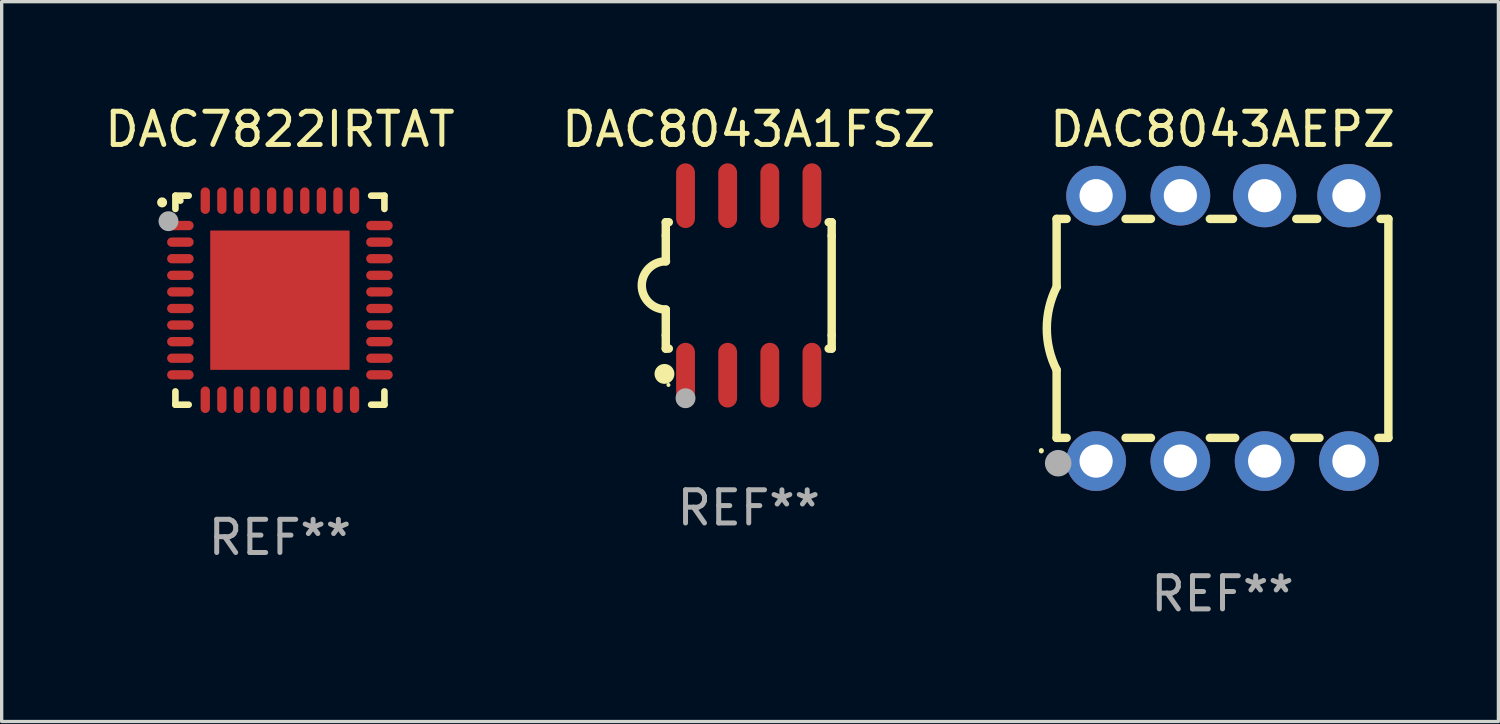
<source format=kicad_pcb>
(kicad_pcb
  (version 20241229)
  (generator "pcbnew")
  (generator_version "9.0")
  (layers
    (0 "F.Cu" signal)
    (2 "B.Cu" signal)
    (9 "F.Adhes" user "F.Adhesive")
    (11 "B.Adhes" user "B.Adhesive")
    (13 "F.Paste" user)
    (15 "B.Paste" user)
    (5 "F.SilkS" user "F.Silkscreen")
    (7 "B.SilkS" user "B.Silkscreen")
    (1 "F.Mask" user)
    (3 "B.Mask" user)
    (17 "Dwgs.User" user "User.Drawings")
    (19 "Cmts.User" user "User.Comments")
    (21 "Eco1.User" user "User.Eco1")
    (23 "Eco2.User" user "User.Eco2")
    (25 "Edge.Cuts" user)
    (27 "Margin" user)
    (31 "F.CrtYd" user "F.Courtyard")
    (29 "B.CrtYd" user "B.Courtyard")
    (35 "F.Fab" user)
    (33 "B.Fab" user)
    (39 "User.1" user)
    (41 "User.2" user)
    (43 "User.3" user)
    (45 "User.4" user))
  (footprint "DAC8043AEPZ"
    (layer "F.Cu")
    (at 33.798 6.848)
    (property "Reference" "DAC8043AEPZ" (at 0 -6 0) (layer "F.SilkS") (effects (font (size 1 1) (thickness 0.15))))
    (attr through_hole)
    (fp_line (start -5 -3.3) (end -5 -1.25) (stroke (width 0.254) (type solid)) (layer "F.SilkS"))
    (fp_line (start -5 -3.3) (end -4.698 -3.3) (stroke (width 0.254) (type solid)) (layer "F.SilkS"))
    (fp_line (start -5 3.3) (end -5 1.25) (stroke (width 0.254) (type solid)) (layer "F.SilkS"))
    (fp_line (start -5 3.3) (end -4.698 3.3) (stroke (width 0.254) (type solid)) (layer "F.SilkS"))
    (fp_line (start -2.922 -3.3) (end -2.158 -3.3) (stroke (width 0.254) (type solid)) (layer "F.SilkS"))
    (fp_line (start -2.922 3.3) (end -2.158 3.3) (stroke (width 0.254) (type solid)) (layer "F.SilkS"))
    (fp_line (start -0.382 -3.3) (end 0.316 -3.3) (stroke (width 0.254) (type solid)) (layer "F.SilkS"))
    (fp_line (start -0.382 3.3) (end 0.382 3.3) (stroke (width 0.254) (type solid)) (layer "F.SilkS"))
    (fp_line (start 2.158 3.3) (end 2.922 3.3) (stroke (width 0.254) (type solid)) (layer "F.SilkS"))
    (fp_line (start 2.224 -3.3) (end 2.856 -3.3) (stroke (width 0.254) (type solid)) (layer "F.SilkS"))
    (fp_line (start 4.698 3.3) (end 5 3.3) (stroke (width 0.254) (type solid)) (layer "F.SilkS"))
    (fp_line (start 4.764 -3.3) (end 5 -3.3) (stroke (width 0.254) (type solid)) (layer "F.SilkS"))
    (fp_line (start 5 -3.3) (end 5 3.3) (stroke (width 0.254) (type solid)) (layer "F.SilkS"))
    (fp_arc (start -5.46124 3.694259) (mid -5.461175 3.688632) (end -5.460986 3.683007) (stroke (width 0.149987) (type solid)) (layer "F.SilkS"))
    (fp_arc (start -5.00127 1.249682) (mid -5.295892 -0.000313) (end -5.000025 -1.250013) (stroke (width 0.254001) (type solid)) (layer "F.SilkS"))
    (fp_circle (center -4.795 4.237) (end -4.765 4.237) (stroke (width 0.06) (type solid)) (fill no) (layer "F.SilkS"))
    (fp_circle (center -4.953 4.064) (end -4.753 4.064) (stroke (width 0.4) (type solid)) (fill no) (layer "F.Fab"))
    (fp_text user "REF**" (at 0 8 0) (layer "F.Fab") (effects (font (size 1 1) (thickness 0.15))))
    (pad "1" thru_hole circle (at -3.81 4) (size 1.8 1.8) (drill 1) (layers "*.Cu" "*.Mask"))
    (pad "2" thru_hole circle (at -1.27 4) (size 1.8 1.8) (drill 1) (layers "*.Cu" "*.Mask"))
    (pad "3" thru_hole circle (at 1.27 4) (size 1.8 1.8) (drill 1) (layers "*.Cu" "*.Mask"))
    (pad "4" thru_hole circle (at 3.81 4) (size 1.8 1.8) (drill 1) (layers "*.Cu" "*.Mask"))
    (pad "5" thru_hole circle (at 3.81 -4) (size 1.905 1.905) (drill 1) (layers "*.Cu" "*.Mask"))
    (pad "6" thru_hole circle (at 1.27 -4) (size 1.905 1.905) (drill 1) (layers "*.Cu" "*.Mask"))
    (pad "7" thru_hole circle (at -1.27 -4) (size 1.8 1.8) (drill 1) (layers "*.Cu" "*.Mask"))
    (pad "8" thru_hole circle (at -3.81 -4) (size 1.8 1.8) (drill 1) (layers "*.Cu" "*.Mask")))
  (footprint "DAC7822IRTAT"
    (layer "F.Cu")
    (at 5.387 5.998)
    (property "Reference" "DAC7822IRTAT" (at 0 -5.15 0) (layer "F.SilkS") (effects (font (size 1 1) (thickness 0.15))))
    (attr through_hole)
    (fp_line (start -3.15 -3.15) (end -2.75 -3.15) (stroke (width 0.2) (type solid)) (layer "F.SilkS"))
    (fp_line (start -3.15 -2.75) (end -3.15 -3.15) (stroke (width 0.2) (type solid)) (layer "F.SilkS"))
    (fp_line (start -3.15 3.15) (end -3.15 2.75) (stroke (width 0.2) (type solid)) (layer "F.SilkS"))
    (fp_line (start -2.75 3.15) (end -3.15 3.15) (stroke (width 0.2) (type solid)) (layer "F.SilkS"))
    (fp_line (start 2.75 -3.15) (end 3.15 -3.15) (stroke (width 0.2) (type solid)) (layer "F.SilkS"))
    (fp_line (start 2.75 3.15) (end 3.15 3.15) (stroke (width 0.2) (type solid)) (layer "F.SilkS"))
    (fp_line (start 3.15 -3.15) (end 3.15 -2.75) (stroke (width 0.2) (type solid)) (layer "F.SilkS"))
    (fp_line (start 3.15 3.15) (end 3.15 2.75) (stroke (width 0.2) (type solid)) (layer "F.SilkS"))
    (fp_arc (start -3.550927 -2.946406) (mid -3.550932 -2.947676) (end -3.550927 -2.948946) (stroke (width 0.3) (type solid)) (layer "F.SilkS"))
    (fp_circle (center -3 -3) (end -2.95 -3) (stroke (width 0.1) (type solid)) (fill no) (layer "F.SilkS"))
    (fp_circle (center -3.359 -2.381) (end -3.209 -2.381) (stroke (width 0.3) (type solid)) (fill no) (layer "F.Fab"))
    (fp_text user "REF**" (at 0 7.15 0) (layer "F.Fab") (effects (font (size 1 1) (thickness 0.15))))
    (pad "1" smd oval (at -3 -2.25 90) (size 0.28 0.8) (layers "F.Cu" "F.Mask" "F.Paste"))
    (pad "2" smd oval (at -3 -1.75 90) (size 0.28 0.8) (layers "F.Cu" "F.Mask" "F.Paste"))
    (pad "3" smd oval (at -3 -1.25 90) (size 0.28 0.8) (layers "F.Cu" "F.Mask" "F.Paste"))
    (pad "4" smd oval (at -3 -0.75 90) (size 0.28 0.8) (layers "F.Cu" "F.Mask" "F.Paste"))
    (pad "5" smd oval (at -3 -0.25 90) (size 0.28 0.8) (layers "F.Cu" "F.Mask" "F.Paste"))
    (pad "6" smd oval (at -3 0.25 90) (size 0.28 0.8) (layers "F.Cu" "F.Mask" "F.Paste"))
    (pad "7" smd oval (at -3 0.75 90) (size 0.28 0.8) (layers "F.Cu" "F.Mask" "F.Paste"))
    (pad "8" smd oval (at -3 1.25 90) (size 0.28 0.8) (layers "F.Cu" "F.Mask" "F.Paste"))
    (pad "9" smd oval (at -3 1.75 90) (size 0.28 0.8) (layers "F.Cu" "F.Mask" "F.Paste"))
    (pad "10" smd oval (at -3 2.25 90) (size 0.28 0.8) (layers "F.Cu" "F.Mask" "F.Paste"))
    (pad "11" smd oval (at -2.25 3) (size 0.28 0.8) (layers "F.Cu" "F.Mask" "F.Paste"))
    (pad "12" smd oval (at -1.75 3) (size 0.28 0.8) (layers "F.Cu" "F.Mask" "F.Paste"))
    (pad "13" smd oval (at -1.25 3) (size 0.28 0.8) (layers "F.Cu" "F.Mask" "F.Paste"))
    (pad "14" smd oval (at -0.75 3) (size 0.28 0.8) (layers "F.Cu" "F.Mask" "F.Paste"))
    (pad "15" smd oval (at -0.25 3) (size 0.28 0.8) (layers "F.Cu" "F.Mask" "F.Paste"))
    (pad "16" smd oval (at 0.25 3) (size 0.28 0.8) (layers "F.Cu" "F.Mask" "F.Paste"))
    (pad "17" smd oval (at 0.75 3) (size 0.28 0.8) (layers "F.Cu" "F.Mask" "F.Paste"))
    (pad "18" smd oval (at 1.25 3) (size 0.28 0.8) (layers "F.Cu" "F.Mask" "F.Paste"))
    (pad "19" smd oval (at 1.75 3) (size 0.28 0.8) (layers "F.Cu" "F.Mask" "F.Paste"))
    (pad "20" smd oval (at 2.25 3) (size 0.28 0.8) (layers "F.Cu" "F.Mask" "F.Paste"))
    (pad "21" smd oval (at 3 2.25 90) (size 0.28 0.8) (layers "F.Cu" "F.Mask" "F.Paste"))
    (pad "22" smd oval (at 3 1.75 90) (size 0.28 0.8) (layers "F.Cu" "F.Mask" "F.Paste"))
    (pad "23" smd oval (at 3 1.25 90) (size 0.28 0.8) (layers "F.Cu" "F.Mask" "F.Paste"))
    (pad "24" smd oval (at 3 0.75 90) (size 0.28 0.8) (layers "F.Cu" "F.Mask" "F.Paste"))
    (pad "25" smd oval (at 3 0.25 90) (size 0.28 0.8) (layers "F.Cu" "F.Mask" "F.Paste"))
    (pad "26" smd oval (at 3 -0.25 90) (size 0.28 0.8) (layers "F.Cu" "F.Mask" "F.Paste"))
    (pad "27" smd oval (at 3 -0.75 90) (size 0.28 0.8) (layers "F.Cu" "F.Mask" "F.Paste"))
    (pad "28" smd oval (at 3 -1.25 90) (size 0.28 0.8) (layers "F.Cu" "F.Mask" "F.Paste"))
    (pad "29" smd oval (at 3 -1.75 90) (size 0.28 0.8) (layers "F.Cu" "F.Mask" "F.Paste"))
    (pad "30" smd oval (at 3 -2.25 90) (size 0.28 0.8) (layers "F.Cu" "F.Mask" "F.Paste"))
    (pad "31" smd oval (at 2.25 -3) (size 0.28 0.8) (layers "F.Cu" "F.Mask" "F.Paste"))
    (pad "32" smd oval (at 1.75 -3) (size 0.28 0.8) (layers "F.Cu" "F.Mask" "F.Paste"))
    (pad "33" smd oval (at 1.25 -3) (size 0.28 0.8) (layers "F.Cu" "F.Mask" "F.Paste"))
    (pad "34" smd oval (at 0.75 -3) (size 0.28 0.8) (layers "F.Cu" "F.Mask" "F.Paste"))
    (pad "35" smd oval (at 0.25 -3) (size 0.28 0.8) (layers "F.Cu" "F.Mask" "F.Paste"))
    (pad "36" smd oval (at -0.25 -3) (size 0.28 0.8) (layers "F.Cu" "F.Mask" "F.Paste"))
    (pad "37" smd oval (at -0.75 -3) (size 0.28 0.8) (layers "F.Cu" "F.Mask" "F.Paste"))
    (pad "38" smd oval (at -1.25 -3) (size 0.28 0.8) (layers "F.Cu" "F.Mask" "F.Paste"))
    (pad "39" smd oval (at -1.75 -3) (size 0.28 0.8) (layers "F.Cu" "F.Mask" "F.Paste"))
    (pad "40" smd oval (at -2.25 -3) (size 0.28 0.8) (layers "F.Cu" "F.Mask" "F.Paste"))
    (pad "41" smd rect (at -0.000102 0) (size 4.2 4.2) (layers "F.Cu" "F.Mask" "F.Paste")))
  (footprint "DAC8043A1FSZ"
    (layer "F.Cu")
    (at 19.518 5.553)
    (property "Reference" "DAC8043A1FSZ" (at 0 -4.705 0) (layer "F.SilkS") (effects (font (size 1 1) (thickness 0.15))))
    (attr through_hole)
    (fp_line (start -2.5 -1.905) (end -2.409 -1.905) (stroke (width 0.254) (type solid)) (layer "F.SilkS"))
    (fp_line (start -2.5 -1.5) (end -2.5 -1.905) (stroke (width 0.254) (type solid)) (layer "F.SilkS"))
    (fp_line (start -2.5 -1.5) (end -2.5 -0.726) (stroke (width 0.254) (type solid)) (layer "F.SilkS"))
    (fp_line (start -2.5 1.5) (end -2.5 0.727) (stroke (width 0.254) (type solid)) (layer "F.SilkS"))
    (fp_line (start -2.5 1.5) (end -2.5 1.905) (stroke (width 0.254) (type solid)) (layer "F.SilkS"))
    (fp_line (start -2.5 1.905) (end -2.409 1.905) (stroke (width 0.254) (type solid)) (layer "F.SilkS"))
    (fp_line (start 2.5 -1.905) (end 2.409 -1.905) (stroke (width 0.254) (type solid)) (layer "F.SilkS"))
    (fp_line (start 2.5 -1.5) (end 2.5 -1.905) (stroke (width 0.254) (type solid)) (layer "F.SilkS"))
    (fp_line (start 2.5 -1.5) (end 2.5 1.5) (stroke (width 0.254) (type solid)) (layer "F.SilkS"))
    (fp_line (start 2.5 1.5) (end 2.5 1.905) (stroke (width 0.254) (type solid)) (layer "F.SilkS"))
    (fp_line (start 2.5 1.905) (end 2.409 1.905) (stroke (width 0.254) (type solid)) (layer "F.SilkS"))
    (fp_arc (start -2.5 0.726568) (mid -3.220316 -0.0023) (end -2.495097 -0.726289) (stroke (width 0.254001) (type solid)) (layer "F.SilkS"))
    (fp_circle (center -2.54 2.667) (end -2.39 2.667) (stroke (width 0.3) (type solid)) (fill no) (layer "F.SilkS"))
    (fp_circle (center -2.42 3) (end -2.39 3) (stroke (width 0.06) (type solid)) (fill no) (layer "F.SilkS"))
    (fp_circle (center -1.905 3.4) (end -1.755 3.4) (stroke (width 0.3) (type solid)) (fill no) (layer "F.Fab"))
    (fp_text user "REF**" (at 0 6.705 0) (layer "F.Fab") (effects (font (size 1 1) (thickness 0.15))))
    (pad "1" smd oval (at -1.905 2.705) (size 0.568 1.95) (layers "F.Cu" "F.Mask" "F.Paste"))
    (pad "2" smd oval (at -0.635 2.705) (size 0.568 1.95) (layers "F.Cu" "F.Mask" "F.Paste"))
    (pad "3" smd oval (at 0.635 2.705) (size 0.568 1.95) (layers "F.Cu" "F.Mask" "F.Paste"))
    (pad "4" smd oval (at 1.905 2.705) (size 0.568 1.95) (layers "F.Cu" "F.Mask" "F.Paste"))
    (pad "5" smd oval (at 1.905 -2.705) (size 0.568 1.95) (layers "F.Cu" "F.Mask" "F.Paste"))
    (pad "6" smd oval (at 0.635 -2.705) (size 0.568 1.95) (layers "F.Cu" "F.Mask" "F.Paste"))
    (pad "7" smd oval (at -0.635 -2.705) (size 0.568 1.95) (layers "F.Cu" "F.Mask" "F.Paste"))
    (pad "8" smd oval (at -1.905 -2.705) (size 0.568 1.95) (layers "F.Cu" "F.Mask" "F.Paste")))
  (gr_rect
    (start -3 -3)
    (end 42.114 18.697)
    (stroke (width 0.1) (type default))
    (fill no)
    (layer "Edge.Cuts")))
</source>
